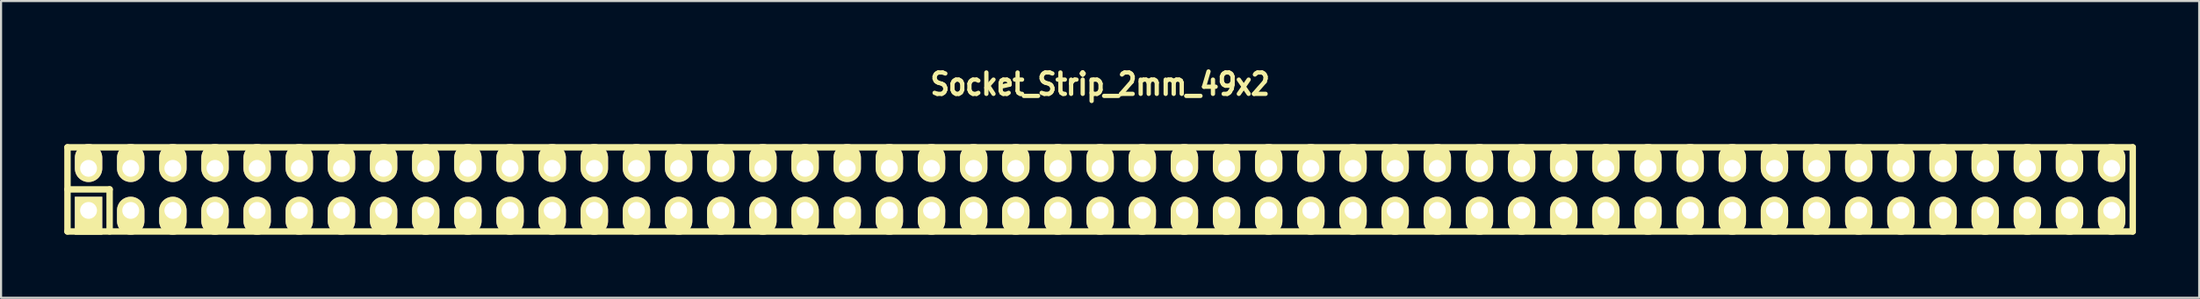
<source format=kicad_pcb>
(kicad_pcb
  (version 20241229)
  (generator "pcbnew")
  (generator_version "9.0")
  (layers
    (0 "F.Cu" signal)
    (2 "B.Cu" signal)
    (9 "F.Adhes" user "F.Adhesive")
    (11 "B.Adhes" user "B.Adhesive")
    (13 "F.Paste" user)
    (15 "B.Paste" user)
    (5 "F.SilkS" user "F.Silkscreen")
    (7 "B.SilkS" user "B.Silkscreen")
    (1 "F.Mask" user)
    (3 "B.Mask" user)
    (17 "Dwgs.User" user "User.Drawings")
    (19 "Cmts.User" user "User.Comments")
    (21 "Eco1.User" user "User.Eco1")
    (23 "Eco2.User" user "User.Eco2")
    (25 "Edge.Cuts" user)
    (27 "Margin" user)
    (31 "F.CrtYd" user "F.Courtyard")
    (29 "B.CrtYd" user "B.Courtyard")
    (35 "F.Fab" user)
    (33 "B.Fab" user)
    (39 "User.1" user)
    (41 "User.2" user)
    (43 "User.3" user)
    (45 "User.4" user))
  (footprint "Socket_Strip_2mm_49x2"
    (layer "F.Cu")
    (at 49.152 5.951)
    (property "Reference" "Socket_Strip_2mm_49x2" (at 0 -5 0) (layer "F.SilkS") (effects (font (size 1.016 0.889) (thickness 0.203))))
    (attr through_hole)
    (fp_line (start -49 -2) (end 49 -2) (stroke (width 0.305) (type solid)) (layer "F.SilkS"))
    (fp_line (start -49 0) (end -47 0) (stroke (width 0.305) (type solid)) (layer "F.SilkS"))
    (fp_line (start -49 2) (end -49 -2) (stroke (width 0.305) (type solid)) (layer "F.SilkS"))
    (fp_line (start -47 0) (end -47 2) (stroke (width 0.305) (type solid)) (layer "F.SilkS"))
    (fp_line (start 49 -2) (end 49 2) (stroke (width 0.305) (type solid)) (layer "F.SilkS"))
    (fp_line (start 49 2) (end -49 2) (stroke (width 0.305) (type solid)) (layer "F.SilkS"))
    (pad "1" thru_hole rect (at -48 1) (size 1.3 1.8) (drill 0.8 (offset 0 0.25)) (layers "*.Cu" "*.Mask" "F.SilkS"))
    (pad "2" thru_hole oval (at -48 -1) (size 1.3 1.8) (drill 0.8 (offset 0 -0.25)) (layers "*.Cu" "*.Mask" "F.SilkS"))
    (pad "3" thru_hole oval (at -46 1) (size 1.3 1.8) (drill 0.8 (offset 0 0.25)) (layers "*.Cu" "*.Mask" "F.SilkS"))
    (pad "4" thru_hole oval (at -46 -1) (size 1.3 1.8) (drill 0.8 (offset 0 -0.25)) (layers "*.Cu" "*.Mask" "F.SilkS"))
    (pad "5" thru_hole oval (at -44 1) (size 1.3 1.8) (drill 0.8 (offset 0 0.25)) (layers "*.Cu" "*.Mask" "F.SilkS"))
    (pad "6" thru_hole oval (at -44 -1) (size 1.3 1.8) (drill 0.8 (offset 0 -0.25)) (layers "*.Cu" "*.Mask" "F.SilkS"))
    (pad "7" thru_hole oval (at -42 1) (size 1.3 1.8) (drill 0.8 (offset 0 0.25)) (layers "*.Cu" "*.Mask" "F.SilkS"))
    (pad "8" thru_hole oval (at -42 -1) (size 1.3 1.8) (drill 0.8 (offset 0 -0.25)) (layers "*.Cu" "*.Mask" "F.SilkS"))
    (pad "9" thru_hole oval (at -40 1) (size 1.3 1.8) (drill 0.8 (offset 0 0.25)) (layers "*.Cu" "*.Mask" "F.SilkS"))
    (pad "10" thru_hole oval (at -40 -1) (size 1.3 1.8) (drill 0.8 (offset 0 -0.25)) (layers "*.Cu" "*.Mask" "F.SilkS"))
    (pad "11" thru_hole oval (at -38 1) (size 1.3 1.8) (drill 0.8 (offset 0 0.25)) (layers "*.Cu" "*.Mask" "F.SilkS"))
    (pad "12" thru_hole oval (at -38 -1) (size 1.3 1.8) (drill 0.8 (offset 0 -0.25)) (layers "*.Cu" "*.Mask" "F.SilkS"))
    (pad "13" thru_hole oval (at -36 1) (size 1.3 1.8) (drill 0.8 (offset 0 0.25)) (layers "*.Cu" "*.Mask" "F.SilkS"))
    (pad "14" thru_hole oval (at -36 -1) (size 1.3 1.8) (drill 0.8 (offset 0 -0.25)) (layers "*.Cu" "*.Mask" "F.SilkS"))
    (pad "15" thru_hole oval (at -34 1) (size 1.3 1.8) (drill 0.8 (offset 0 0.25)) (layers "*.Cu" "*.Mask" "F.SilkS"))
    (pad "16" thru_hole oval (at -34 -1) (size 1.3 1.8) (drill 0.8 (offset 0 -0.25)) (layers "*.Cu" "*.Mask" "F.SilkS"))
    (pad "17" thru_hole oval (at -32 1) (size 1.3 1.8) (drill 0.8 (offset 0 0.25)) (layers "*.Cu" "*.Mask" "F.SilkS"))
    (pad "18" thru_hole oval (at -32 -1) (size 1.3 1.8) (drill 0.8 (offset 0 -0.25)) (layers "*.Cu" "*.Mask" "F.SilkS"))
    (pad "19" thru_hole oval (at -30 1) (size 1.3 1.8) (drill 0.8 (offset 0 0.25)) (layers "*.Cu" "*.Mask" "F.SilkS"))
    (pad "20" thru_hole oval (at -30 -1) (size 1.3 1.8) (drill 0.8 (offset 0 -0.25)) (layers "*.Cu" "*.Mask" "F.SilkS"))
    (pad "21" thru_hole oval (at -28 1) (size 1.3 1.8) (drill 0.8 (offset 0 0.25)) (layers "*.Cu" "*.Mask" "F.SilkS"))
    (pad "22" thru_hole oval (at -28 -1) (size 1.3 1.8) (drill 0.8 (offset 0 -0.25)) (layers "*.Cu" "*.Mask" "F.SilkS"))
    (pad "23" thru_hole oval (at -26 1) (size 1.3 1.8) (drill 0.8 (offset 0 0.25)) (layers "*.Cu" "*.Mask" "F.SilkS"))
    (pad "24" thru_hole oval (at -26 -1) (size 1.3 1.8) (drill 0.8 (offset 0 -0.25)) (layers "*.Cu" "*.Mask" "F.SilkS"))
    (pad "25" thru_hole oval (at -24 1) (size 1.3 1.8) (drill 0.8 (offset 0 0.25)) (layers "*.Cu" "*.Mask" "F.SilkS"))
    (pad "26" thru_hole oval (at -24 -1) (size 1.3 1.8) (drill 0.8 (offset 0 -0.25)) (layers "*.Cu" "*.Mask" "F.SilkS"))
    (pad "27" thru_hole oval (at -22 1) (size 1.3 1.8) (drill 0.8 (offset 0 0.25)) (layers "*.Cu" "*.Mask" "F.SilkS"))
    (pad "28" thru_hole oval (at -22 -1) (size 1.3 1.8) (drill 0.8 (offset 0 -0.25)) (layers "*.Cu" "*.Mask" "F.SilkS"))
    (pad "29" thru_hole oval (at -20 1) (size 1.3 1.8) (drill 0.8 (offset 0 0.25)) (layers "*.Cu" "*.Mask" "F.SilkS"))
    (pad "30" thru_hole oval (at -20 -1) (size 1.3 1.8) (drill 0.8 (offset 0 -0.25)) (layers "*.Cu" "*.Mask" "F.SilkS"))
    (pad "31" thru_hole oval (at -18 1) (size 1.3 1.8) (drill 0.8 (offset 0 0.25)) (layers "*.Cu" "*.Mask" "F.SilkS"))
    (pad "32" thru_hole oval (at -18 -1) (size 1.3 1.8) (drill 0.8 (offset 0 -0.25)) (layers "*.Cu" "*.Mask" "F.SilkS"))
    (pad "33" thru_hole oval (at -16 1) (size 1.3 1.8) (drill 0.8 (offset 0 0.25)) (layers "*.Cu" "*.Mask" "F.SilkS"))
    (pad "34" thru_hole oval (at -16 -1) (size 1.3 1.8) (drill 0.8 (offset 0 -0.25)) (layers "*.Cu" "*.Mask" "F.SilkS"))
    (pad "35" thru_hole oval (at -14 1) (size 1.3 1.8) (drill 0.8 (offset 0 0.25)) (layers "*.Cu" "*.Mask" "F.SilkS"))
    (pad "36" thru_hole oval (at -14 -1) (size 1.3 1.8) (drill 0.8 (offset 0 -0.25)) (layers "*.Cu" "*.Mask" "F.SilkS"))
    (pad "37" thru_hole oval (at -12 1) (size 1.3 1.8) (drill 0.8 (offset 0 0.25)) (layers "*.Cu" "*.Mask" "F.SilkS"))
    (pad "38" thru_hole oval (at -12 -1) (size 1.3 1.8) (drill 0.8 (offset 0 -0.25)) (layers "*.Cu" "*.Mask" "F.SilkS"))
    (pad "39" thru_hole oval (at -10 1) (size 1.3 1.8) (drill 0.8 (offset 0 0.25)) (layers "*.Cu" "*.Mask" "F.SilkS"))
    (pad "40" thru_hole oval (at -10 -1) (size 1.3 1.8) (drill 0.8 (offset 0 -0.25)) (layers "*.Cu" "*.Mask" "F.SilkS"))
    (pad "41" thru_hole oval (at -8 1) (size 1.3 1.8) (drill 0.8 (offset 0 0.25)) (layers "*.Cu" "*.Mask" "F.SilkS"))
    (pad "42" thru_hole oval (at -8 -1) (size 1.3 1.8) (drill 0.8 (offset 0 -0.25)) (layers "*.Cu" "*.Mask" "F.SilkS"))
    (pad "43" thru_hole oval (at -6 1) (size 1.3 1.8) (drill 0.8 (offset 0 0.25)) (layers "*.Cu" "*.Mask" "F.SilkS"))
    (pad "44" thru_hole oval (at -6 -1) (size 1.3 1.8) (drill 0.8 (offset 0 -0.25)) (layers "*.Cu" "*.Mask" "F.SilkS"))
    (pad "45" thru_hole oval (at -4 1) (size 1.3 1.8) (drill 0.8 (offset 0 0.25)) (layers "*.Cu" "*.Mask" "F.SilkS"))
    (pad "46" thru_hole oval (at -4 -1) (size 1.3 1.8) (drill 0.8 (offset 0 -0.25)) (layers "*.Cu" "*.Mask" "F.SilkS"))
    (pad "47" thru_hole oval (at -2 1) (size 1.3 1.8) (drill 0.8 (offset 0 0.25)) (layers "*.Cu" "*.Mask" "F.SilkS"))
    (pad "48" thru_hole oval (at -2 -1) (size 1.3 1.8) (drill 0.8 (offset 0 -0.25)) (layers "*.Cu" "*.Mask" "F.SilkS"))
    (pad "49" thru_hole oval (at 0 1) (size 1.3 1.8) (drill 0.8 (offset 0 0.25)) (layers "*.Cu" "*.Mask" "F.SilkS"))
    (pad "50" thru_hole oval (at 0 -1) (size 1.3 1.8) (drill 0.8 (offset 0 -0.25)) (layers "*.Cu" "*.Mask" "F.SilkS"))
    (pad "51" thru_hole oval (at 2 1) (size 1.3 1.8) (drill 0.8 (offset 0 0.25)) (layers "*.Cu" "*.Mask" "F.SilkS"))
    (pad "52" thru_hole oval (at 2 -1) (size 1.3 1.8) (drill 0.8 (offset 0 -0.25)) (layers "*.Cu" "*.Mask" "F.SilkS"))
    (pad "53" thru_hole oval (at 4 1) (size 1.3 1.8) (drill 0.8 (offset 0 0.25)) (layers "*.Cu" "*.Mask" "F.SilkS"))
    (pad "54" thru_hole oval (at 4 -1) (size 1.3 1.8) (drill 0.8 (offset 0 -0.25)) (layers "*.Cu" "*.Mask" "F.SilkS"))
    (pad "55" thru_hole oval (at 6 1) (size 1.3 1.8) (drill 0.8 (offset 0 0.25)) (layers "*.Cu" "*.Mask" "F.SilkS"))
    (pad "56" thru_hole oval (at 6 -1) (size 1.3 1.8) (drill 0.8 (offset 0 -0.25)) (layers "*.Cu" "*.Mask" "F.SilkS"))
    (pad "57" thru_hole oval (at 8 1) (size 1.3 1.8) (drill 0.8 (offset 0 0.25)) (layers "*.Cu" "*.Mask" "F.SilkS"))
    (pad "58" thru_hole oval (at 8 -1) (size 1.3 1.8) (drill 0.8 (offset 0 -0.25)) (layers "*.Cu" "*.Mask" "F.SilkS"))
    (pad "59" thru_hole oval (at 10 1) (size 1.3 1.8) (drill 0.8 (offset 0 0.25)) (layers "*.Cu" "*.Mask" "F.SilkS"))
    (pad "60" thru_hole oval (at 10 -1) (size 1.3 1.8) (drill 0.8 (offset 0 -0.25)) (layers "*.Cu" "*.Mask" "F.SilkS"))
    (pad "61" thru_hole oval (at 12 1) (size 1.3 1.8) (drill 0.8 (offset 0 0.25)) (layers "*.Cu" "*.Mask" "F.SilkS"))
    (pad "62" thru_hole oval (at 12 -1) (size 1.3 1.8) (drill 0.8 (offset 0 -0.25)) (layers "*.Cu" "*.Mask" "F.SilkS"))
    (pad "63" thru_hole oval (at 14 1) (size 1.3 1.8) (drill 0.8 (offset 0 0.25)) (layers "*.Cu" "*.Mask" "F.SilkS"))
    (pad "64" thru_hole oval (at 14 -1) (size 1.3 1.8) (drill 0.8 (offset 0 -0.25)) (layers "*.Cu" "*.Mask" "F.SilkS"))
    (pad "65" thru_hole oval (at 16 1) (size 1.3 1.8) (drill 0.8 (offset 0 0.25)) (layers "*.Cu" "*.Mask" "F.SilkS"))
    (pad "66" thru_hole oval (at 16 -1) (size 1.3 1.8) (drill 0.8 (offset 0 -0.25)) (layers "*.Cu" "*.Mask" "F.SilkS"))
    (pad "67" thru_hole oval (at 18 1) (size 1.3 1.8) (drill 0.8 (offset 0 0.25)) (layers "*.Cu" "*.Mask" "F.SilkS"))
    (pad "68" thru_hole oval (at 18 -1) (size 1.3 1.8) (drill 0.8 (offset 0 -0.25)) (layers "*.Cu" "*.Mask" "F.SilkS"))
    (pad "69" thru_hole oval (at 20 1) (size 1.3 1.8) (drill 0.8 (offset 0 0.25)) (layers "*.Cu" "*.Mask" "F.SilkS"))
    (pad "70" thru_hole oval (at 20 -1) (size 1.3 1.8) (drill 0.8 (offset 0 -0.25)) (layers "*.Cu" "*.Mask" "F.SilkS"))
    (pad "71" thru_hole oval (at 22 1) (size 1.3 1.8) (drill 0.8 (offset 0 0.25)) (layers "*.Cu" "*.Mask" "F.SilkS"))
    (pad "72" thru_hole oval (at 22 -1) (size 1.3 1.8) (drill 0.8 (offset 0 -0.25)) (layers "*.Cu" "*.Mask" "F.SilkS"))
    (pad "73" thru_hole oval (at 24 1) (size 1.3 1.8) (drill 0.8 (offset 0 0.25)) (layers "*.Cu" "*.Mask" "F.SilkS"))
    (pad "74" thru_hole oval (at 24 -1) (size 1.3 1.8) (drill 0.8 (offset 0 -0.25)) (layers "*.Cu" "*.Mask" "F.SilkS"))
    (pad "75" thru_hole oval (at 26 1) (size 1.3 1.8) (drill 0.8 (offset 0 0.25)) (layers "*.Cu" "*.Mask" "F.SilkS"))
    (pad "76" thru_hole oval (at 26 -1) (size 1.3 1.8) (drill 0.8 (offset 0 -0.25)) (layers "*.Cu" "*.Mask" "F.SilkS"))
    (pad "77" thru_hole oval (at 28 1) (size 1.3 1.8) (drill 0.8 (offset 0 0.25)) (layers "*.Cu" "*.Mask" "F.SilkS"))
    (pad "78" thru_hole oval (at 28 -1) (size 1.3 1.8) (drill 0.8 (offset 0 -0.25)) (layers "*.Cu" "*.Mask" "F.SilkS"))
    (pad "79" thru_hole oval (at 30 1) (size 1.3 1.8) (drill 0.8 (offset 0 0.25)) (layers "*.Cu" "*.Mask" "F.SilkS"))
    (pad "80" thru_hole oval (at 30 -1) (size 1.3 1.8) (drill 0.8 (offset 0 -0.25)) (layers "*.Cu" "*.Mask" "F.SilkS"))
    (pad "81" thru_hole oval (at 32 1) (size 1.3 1.8) (drill 0.8 (offset 0 0.25)) (layers "*.Cu" "*.Mask" "F.SilkS"))
    (pad "82" thru_hole oval (at 32 -1) (size 1.3 1.8) (drill 0.8 (offset 0 -0.25)) (layers "*.Cu" "*.Mask" "F.SilkS"))
    (pad "83" thru_hole oval (at 34 1) (size 1.3 1.8) (drill 0.8 (offset 0 0.25)) (layers "*.Cu" "*.Mask" "F.SilkS"))
    (pad "84" thru_hole oval (at 34 -1) (size 1.3 1.8) (drill 0.8 (offset 0 -0.25)) (layers "*.Cu" "*.Mask" "F.SilkS"))
    (pad "85" thru_hole oval (at 36 1) (size 1.3 1.8) (drill 0.8 (offset 0 0.25)) (layers "*.Cu" "*.Mask" "F.SilkS"))
    (pad "86" thru_hole oval (at 36 -1) (size 1.3 1.8) (drill 0.8 (offset 0 -0.25)) (layers "*.Cu" "*.Mask" "F.SilkS"))
    (pad "87" thru_hole oval (at 38 1) (size 1.3 1.8) (drill 0.8 (offset 0 0.25)) (layers "*.Cu" "*.Mask" "F.SilkS"))
    (pad "88" thru_hole oval (at 38 -1) (size 1.3 1.8) (drill 0.8 (offset 0 -0.25)) (layers "*.Cu" "*.Mask" "F.SilkS"))
    (pad "89" thru_hole oval (at 40 1) (size 1.3 1.8) (drill 0.8 (offset 0 0.25)) (layers "*.Cu" "*.Mask" "F.SilkS"))
    (pad "90" thru_hole oval (at 40 -1) (size 1.3 1.8) (drill 0.8 (offset 0 -0.25)) (layers "*.Cu" "*.Mask" "F.SilkS"))
    (pad "91" thru_hole oval (at 42 1) (size 1.3 1.8) (drill 0.8 (offset 0 0.25)) (layers "*.Cu" "*.Mask" "F.SilkS"))
    (pad "92" thru_hole oval (at 42 -1) (size 1.3 1.8) (drill 0.8 (offset 0 -0.25)) (layers "*.Cu" "*.Mask" "F.SilkS"))
    (pad "93" thru_hole oval (at 44 1) (size 1.3 1.8) (drill 0.8 (offset 0 0.25)) (layers "*.Cu" "*.Mask" "F.SilkS"))
    (pad "94" thru_hole oval (at 44 -1) (size 1.3 1.8) (drill 0.8 (offset 0 -0.25)) (layers "*.Cu" "*.Mask" "F.SilkS"))
    (pad "95" thru_hole oval (at 46 1) (size 1.3 1.8) (drill 0.8 (offset 0 0.25)) (layers "*.Cu" "*.Mask" "F.SilkS"))
    (pad "96" thru_hole oval (at 46 -1) (size 1.3 1.8) (drill 0.8 (offset 0 -0.25)) (layers "*.Cu" "*.Mask" "F.SilkS"))
    (pad "97" thru_hole oval (at 48 1) (size 1.3 1.8) (drill 0.8 (offset 0 0.25)) (layers "*.Cu" "*.Mask" "F.SilkS"))
    (pad "98" thru_hole oval (at 48 -1) (size 1.3 1.8) (drill 0.8 (offset 0 -0.25)) (layers "*.Cu" "*.Mask" "F.SilkS")))
  (gr_rect
    (start -3 -3)
    (end 101.305 11.103)
    (stroke (width 0.1) (type default))
    (fill no)
    (layer "Edge.Cuts")))
</source>
